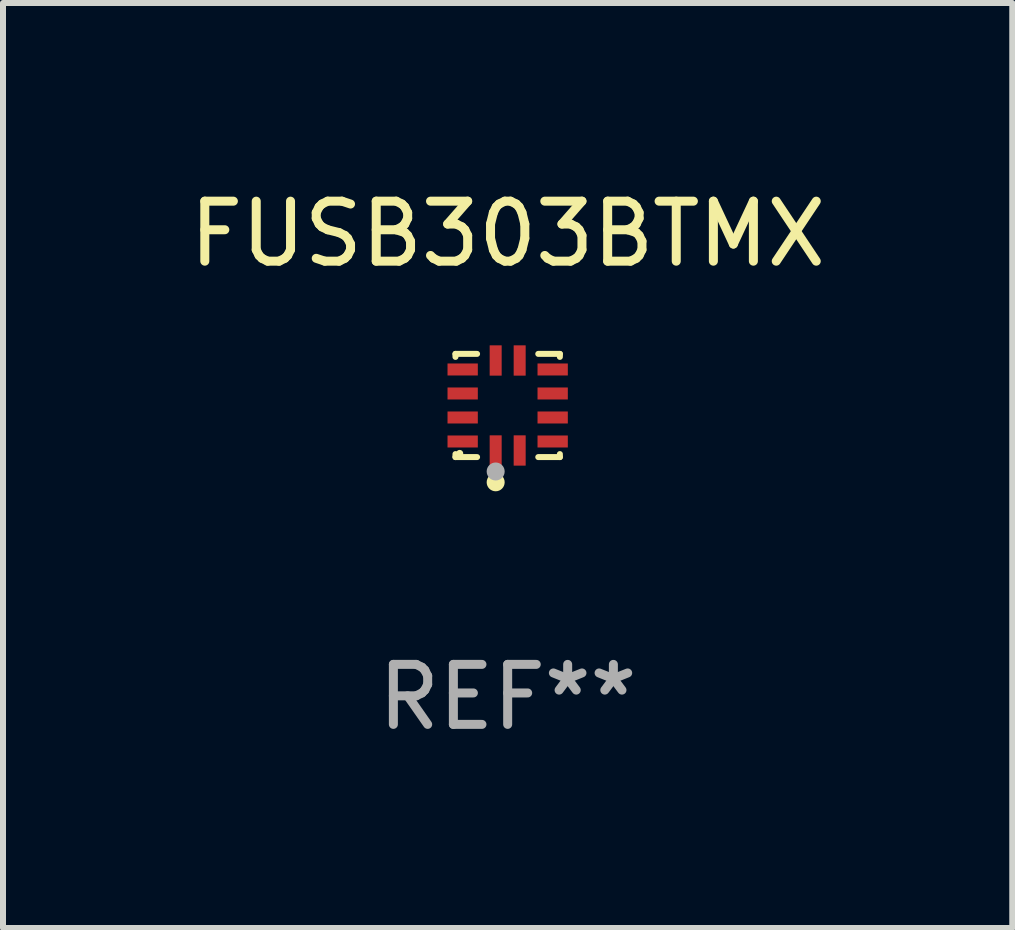
<source format=kicad_pcb>
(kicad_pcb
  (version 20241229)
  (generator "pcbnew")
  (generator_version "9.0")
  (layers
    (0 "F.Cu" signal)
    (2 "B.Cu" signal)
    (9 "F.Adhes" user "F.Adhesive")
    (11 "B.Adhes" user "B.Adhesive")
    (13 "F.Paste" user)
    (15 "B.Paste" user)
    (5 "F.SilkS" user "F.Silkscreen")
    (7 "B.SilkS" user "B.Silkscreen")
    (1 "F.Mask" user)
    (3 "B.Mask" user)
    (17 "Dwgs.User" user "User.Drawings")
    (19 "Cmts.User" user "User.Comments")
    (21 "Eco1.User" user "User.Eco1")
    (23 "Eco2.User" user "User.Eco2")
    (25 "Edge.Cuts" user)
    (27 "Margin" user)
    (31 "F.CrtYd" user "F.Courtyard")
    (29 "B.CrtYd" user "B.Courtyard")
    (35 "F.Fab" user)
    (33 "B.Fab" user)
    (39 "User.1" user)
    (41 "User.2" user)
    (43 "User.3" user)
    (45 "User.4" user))
  (footprint "FUSB303BTMX"
    (layer "F.Cu")
    (at 5.411 3.708)
    (property "Reference" "FUSB303BTMX" (at 0 -2.86 0) (layer "F.SilkS") (effects (font (size 1 1) (thickness 0.15))))
    (attr through_hole)
    (fp_line (start -0.87 0.86) (end -0.87 0.81) (stroke (width 0.1) (type solid)) (layer "F.SilkS"))
    (fp_line (start -0.87 -0.86) (end -0.87 -0.81) (stroke (width 0.1) (type solid)) (layer "F.SilkS"))
    (fp_line (start -0.87 -0.86) (end -0.51 -0.86) (stroke (width 0.1) (type solid)) (layer "F.SilkS"))
    (fp_line (start -0.87 0.86) (end -0.51 0.86) (stroke (width 0.1) (type solid)) (layer "F.SilkS"))
    (fp_line (start 0.87 -0.86) (end 0.51 -0.86) (stroke (width 0.1) (type solid)) (layer "F.SilkS"))
    (fp_line (start 0.87 0.86) (end 0.51 0.86) (stroke (width 0.1) (type solid)) (layer "F.SilkS"))
    (fp_line (start 0.87 0.86) (end 0.87 0.81) (stroke (width 0.1) (type solid)) (layer "F.SilkS"))
    (fp_line (start 0.87 -0.86) (end 0.87 -0.81) (stroke (width 0.1) (type solid)) (layer "F.SilkS"))
    (fp_circle (center -0.8 0.8) (end -0.77 0.8) (stroke (width 0.06) (type solid)) (fill no) (layer "F.SilkS"))
    (fp_circle (center -0.2 1.28) (end -0.125 1.28) (stroke (width 0.15) (type solid)) (fill no) (layer "F.SilkS"))
    (fp_circle (center -0.2 1.1) (end -0.125 1.1) (stroke (width 0.15) (type solid)) (fill no) (layer "F.Fab"))
    (fp_text user "REF**" (at 0 4.86 0) (layer "F.Fab") (effects (font (size 1 1) (thickness 0.15))))
    (pad "1" smd rect (at -0.2 0.75) (size 0.2 0.505) (layers "F.Cu" "F.Mask" "F.Paste"))
    (pad "2" smd rect (at 0.2 0.75) (size 0.2 0.505) (layers "F.Cu" "F.Mask" "F.Paste"))
    (pad "3" smd rect (at 0.75 0.6) (size 0.505 0.2) (layers "F.Cu" "F.Mask" "F.Paste"))
    (pad "4" smd rect (at 0.75 0.2) (size 0.505 0.2) (layers "F.Cu" "F.Mask" "F.Paste"))
    (pad "5" smd rect (at 0.75 -0.2) (size 0.505 0.2) (layers "F.Cu" "F.Mask" "F.Paste"))
    (pad "6" smd rect (at 0.75 -0.6) (size 0.505 0.2) (layers "F.Cu" "F.Mask" "F.Paste"))
    (pad "7" smd rect (at 0.2 -0.75) (size 0.2 0.505) (layers "F.Cu" "F.Mask" "F.Paste"))
    (pad "8" smd rect (at -0.2 -0.75) (size 0.2 0.505) (layers "F.Cu" "F.Mask" "F.Paste"))
    (pad "9" smd rect (at -0.75 -0.6) (size 0.505 0.2) (layers "F.Cu" "F.Mask" "F.Paste"))
    (pad "10" smd rect (at -0.75 -0.2) (size 0.505 0.2) (layers "F.Cu" "F.Mask" "F.Paste"))
    (pad "11" smd rect (at -0.75 0.2) (size 0.505 0.2) (layers "F.Cu" "F.Mask" "F.Paste"))
    (pad "12" smd rect (at -0.75 0.6) (size 0.505 0.2) (layers "F.Cu" "F.Mask" "F.Paste")))
  (gr_rect
    (start -3 -3)
    (end 13.821 12.416)
    (stroke (width 0.1) (type default))
    (fill no)
    (layer "Edge.Cuts")))
</source>
